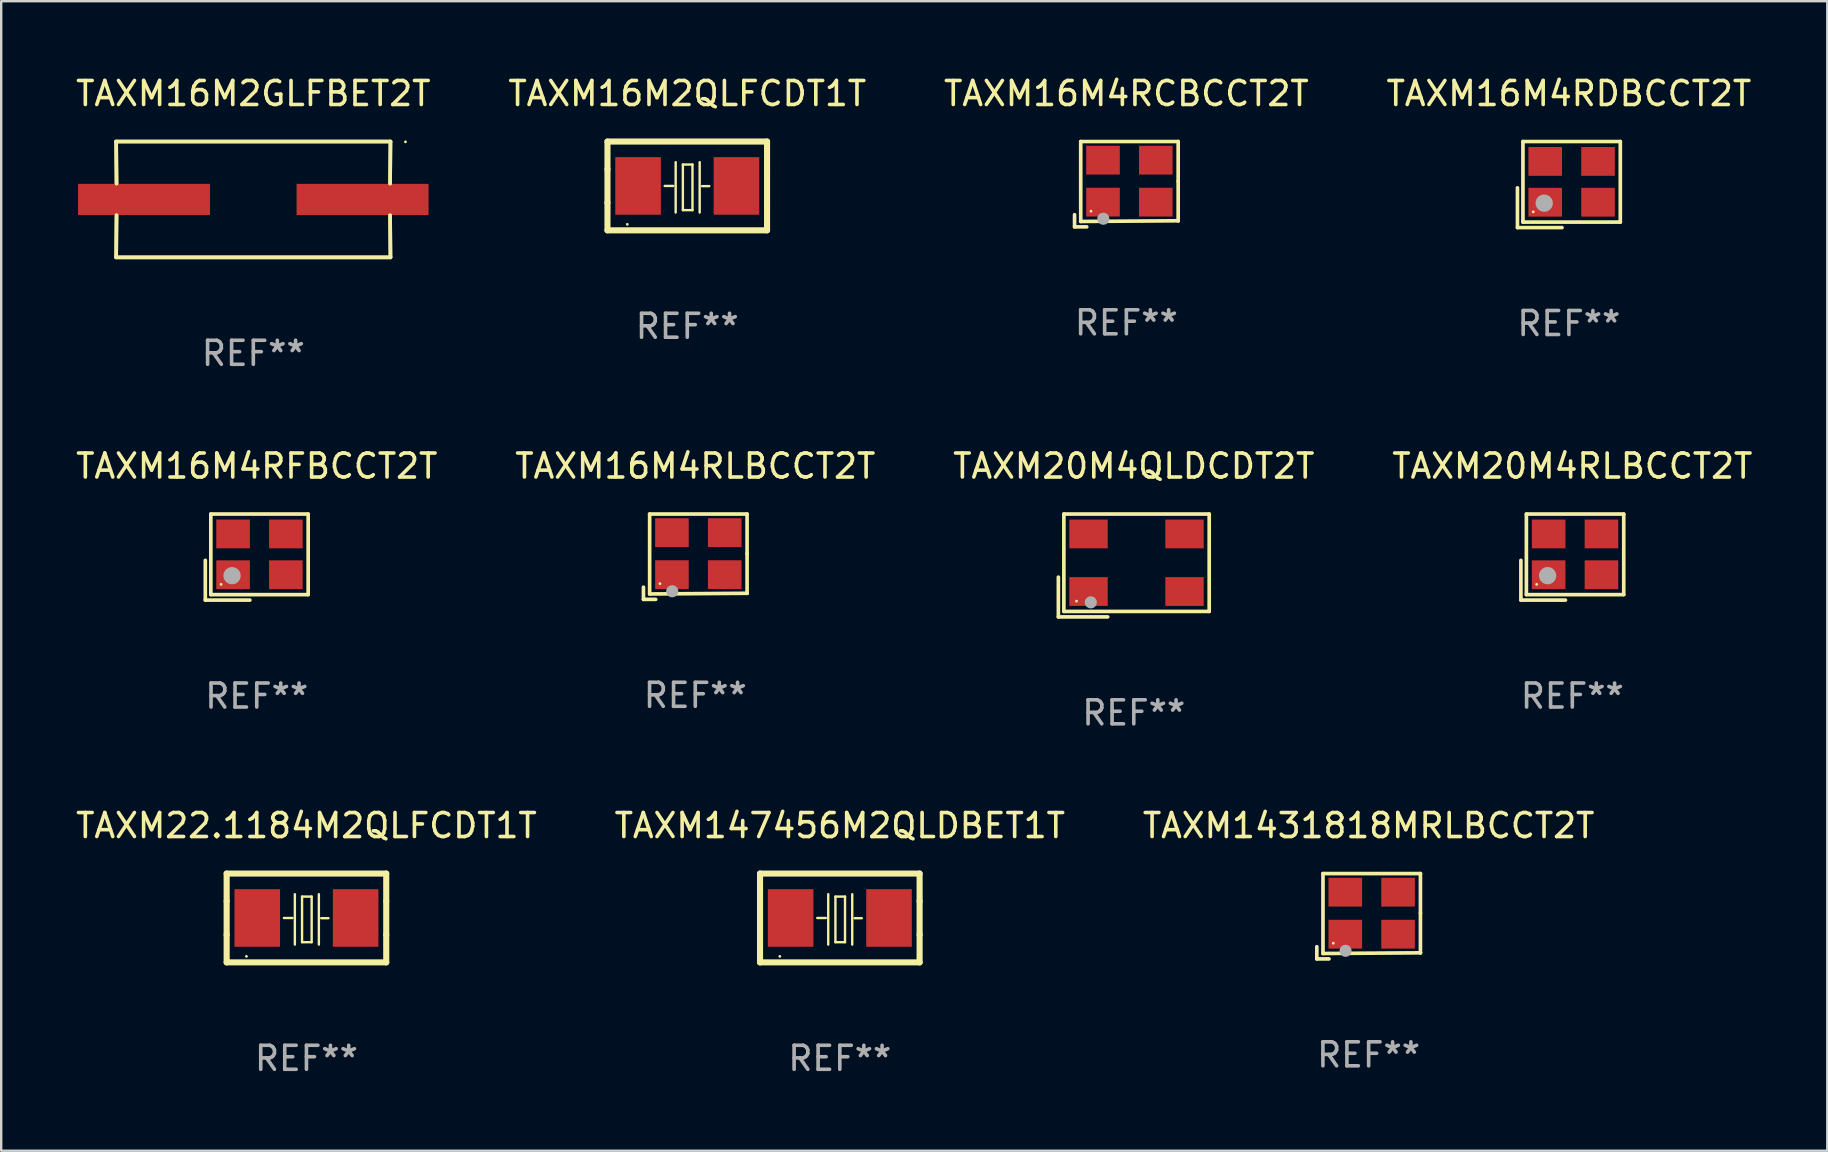
<source format=kicad_pcb>
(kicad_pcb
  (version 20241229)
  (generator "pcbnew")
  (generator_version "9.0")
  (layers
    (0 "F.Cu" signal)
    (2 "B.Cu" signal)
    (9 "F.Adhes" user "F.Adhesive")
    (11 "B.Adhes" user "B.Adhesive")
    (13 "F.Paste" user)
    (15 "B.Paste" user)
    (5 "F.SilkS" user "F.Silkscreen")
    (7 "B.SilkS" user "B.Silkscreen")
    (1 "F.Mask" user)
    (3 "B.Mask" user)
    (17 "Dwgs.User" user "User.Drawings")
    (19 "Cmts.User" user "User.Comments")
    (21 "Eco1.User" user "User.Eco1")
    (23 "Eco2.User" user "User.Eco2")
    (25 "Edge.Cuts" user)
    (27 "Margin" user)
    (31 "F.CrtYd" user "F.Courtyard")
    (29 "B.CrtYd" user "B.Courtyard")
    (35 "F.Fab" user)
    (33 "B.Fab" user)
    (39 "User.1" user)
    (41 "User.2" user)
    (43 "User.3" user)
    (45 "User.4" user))
  (footprint "TAXM1431818MRLBCCT2T"
    (layer "F.Cu")
    (at 53.982 35.131)
    (property "Reference" "TAXM1431818MRLBCCT2T" (at 0 -3.778 0) (layer "F.SilkS") (effects (font (size 1 1) (thickness 0.15))))
    (attr through_hole)
    (fp_line (start -2.159 1.27) (end -2.159 1.778) (stroke (width 0.152) (type solid)) (layer "F.SilkS"))
    (fp_line (start -2.159 1.778) (end -1.651 1.778) (stroke (width 0.152) (type solid)) (layer "F.SilkS"))
    (fp_line (start -1.902 -1.778) (end 2.159 -1.778) (stroke (width 0.152) (type solid)) (layer "F.SilkS"))
    (fp_line (start -1.902 1.552) (end -1.902 -1.778) (stroke (width 0.152) (type solid)) (layer "F.SilkS"))
    (fp_line (start 2.159 -1.778) (end 2.159 -0.127) (stroke (width 0.152) (type solid)) (layer "F.SilkS"))
    (fp_line (start 2.159 -0.127) (end 2.159 1.524) (stroke (width 0.152) (type solid)) (layer "F.SilkS"))
    (fp_line (start 2.159 1.524) (end -1.902 1.552) (stroke (width 0.152) (type solid)) (layer "F.SilkS"))
    (fp_line (start 2.159 1.524) (end 2.159 1.524) (stroke (width 0.152) (type solid)) (layer "F.SilkS"))
    (fp_circle (center -1.473 1.123) (end -1.443 1.123) (stroke (width 0.06) (type solid)) (fill no) (layer "F.SilkS"))
    (fp_circle (center -0.961 1.44) (end -0.834 1.44) (stroke (width 0.254) (type solid)) (fill no) (layer "F.Fab"))
    (fp_text user "REF**" (at 0 5.778 0) (layer "F.Fab") (effects (font (size 1 1) (thickness 0.15))))
    (pad "1" smd rect (at -0.973 0.748) (size 1.4 1.2) (layers "F.Cu" "F.Mask" "F.Paste"))
    (pad "2" smd rect (at 1.227 0.748) (size 1.4 1.2) (layers "F.Cu" "F.Mask" "F.Paste"))
    (pad "3" smd rect (at 1.227 -1.002) (size 1.4 1.2) (layers "F.Cu" "F.Mask" "F.Paste"))
    (pad "4" smd rect (at -0.973 -1.002) (size 1.4 1.2) (layers "F.Cu" "F.Mask" "F.Paste")))
  (footprint "TAXM16M4RCBCCT2T"
    (layer "F.Cu")
    (at 43.887 4.626)
    (property "Reference" "TAXM16M4RCBCCT2T" (at 0 -3.778 0) (layer "F.SilkS") (effects (font (size 1 1) (thickness 0.15))))
    (attr through_hole)
    (fp_line (start -2.159 1.27) (end -2.159 1.778) (stroke (width 0.152) (type solid)) (layer "F.SilkS"))
    (fp_line (start -2.159 1.778) (end -1.651 1.778) (stroke (width 0.152) (type solid)) (layer "F.SilkS"))
    (fp_line (start -1.902 -1.778) (end 2.159 -1.778) (stroke (width 0.152) (type solid)) (layer "F.SilkS"))
    (fp_line (start -1.902 1.552) (end -1.902 -1.778) (stroke (width 0.152) (type solid)) (layer "F.SilkS"))
    (fp_line (start 2.159 -1.778) (end 2.159 -0.127) (stroke (width 0.152) (type solid)) (layer "F.SilkS"))
    (fp_line (start 2.159 -0.127) (end 2.159 1.524) (stroke (width 0.152) (type solid)) (layer "F.SilkS"))
    (fp_line (start 2.159 1.524) (end -1.902 1.552) (stroke (width 0.152) (type solid)) (layer "F.SilkS"))
    (fp_line (start 2.159 1.524) (end 2.159 1.524) (stroke (width 0.152) (type solid)) (layer "F.SilkS"))
    (fp_circle (center -1.473 1.123) (end -1.443 1.123) (stroke (width 0.06) (type solid)) (fill no) (layer "F.SilkS"))
    (fp_circle (center -0.961 1.44) (end -0.834 1.44) (stroke (width 0.254) (type solid)) (fill no) (layer "F.Fab"))
    (fp_text user "REF**" (at 0 5.778 0) (layer "F.Fab") (effects (font (size 1 1) (thickness 0.15))))
    (pad "1" smd rect (at -0.973 0.748) (size 1.4 1.2) (layers "F.Cu" "F.Mask" "F.Paste"))
    (pad "2" smd rect (at 1.227 0.748) (size 1.4 1.2) (layers "F.Cu" "F.Mask" "F.Paste"))
    (pad "3" smd rect (at 1.227 -1.002) (size 1.4 1.2) (layers "F.Cu" "F.Mask" "F.Paste"))
    (pad "4" smd rect (at -0.973 -1.002) (size 1.4 1.2) (layers "F.Cu" "F.Mask" "F.Paste")))
  (footprint "TAXM20M4RLBCCT2T"
    (layer "F.Cu")
    (at 62.47 20.164)
    (property "Reference" "TAXM20M4RLBCCT2T" (at 0 -3.793 0) (layer "F.SilkS") (effects (font (size 1 1) (thickness 0.15))))
    (attr through_hole)
    (fp_line (start -2.143 0.136) (end -2.143 1.793) (stroke (width 0.152) (type solid)) (layer "F.SilkS"))
    (fp_line (start -2.143 1.793) (end -0.286 1.793) (stroke (width 0.152) (type solid)) (layer "F.SilkS"))
    (fp_line (start -1.914 -1.793) (end 2.143 -1.793) (stroke (width 0.152) (type solid)) (layer "F.SilkS"))
    (fp_line (start -1.914 1.564) (end -1.914 -1.793) (stroke (width 0.152) (type solid)) (layer "F.SilkS"))
    (fp_line (start 2.143 -1.793) (end 2.143 1.564) (stroke (width 0.152) (type solid)) (layer "F.SilkS"))
    (fp_line (start 2.143 1.564) (end -1.914 1.564) (stroke (width 0.152) (type solid)) (layer "F.SilkS"))
    (fp_circle (center -1.486 1.136) (end -1.456 1.136) (stroke (width 0.06) (type solid)) (fill no) (layer "F.SilkS"))
    (fp_circle (center -1.029 0.775) (end -0.849 0.775) (stroke (width 0.36) (type solid)) (fill no) (layer "F.Fab"))
    (fp_text user "REF**" (at 0 5.793 0) (layer "F.Fab") (effects (font (size 1 1) (thickness 0.15))))
    (pad "1" smd rect (at -0.986 0.736) (size 1.4 1.2) (layers "F.Cu" "F.Mask" "F.Paste"))
    (pad "2" smd rect (at 1.214 0.736) (size 1.4 1.2) (layers "F.Cu" "F.Mask" "F.Paste"))
    (pad "3" smd rect (at 1.214 -0.964) (size 1.4 1.2) (layers "F.Cu" "F.Mask" "F.Paste"))
    (pad "4" smd rect (at -0.986 -0.964) (size 1.4 1.2) (layers "F.Cu" "F.Mask" "F.Paste")))
  (footprint "TAXM147456M2QLDBET1T"
    (layer "F.Cu")
    (at 31.946 35.203)
    (property "Reference" "TAXM147456M2QLDBET1T" (at 0 -3.85 0) (layer "F.SilkS") (effects (font (size 1 1) (thickness 0.15))))
    (attr through_hole)
    (fp_line (start -3.325 0.7) (end -3.325 -0.7) (stroke (width 0.254) (type solid)) (layer "F.SilkS"))
    (fp_line (start -3.325 -1.85) (end 3.325 -1.85) (stroke (width 0.254) (type solid)) (layer "F.SilkS"))
    (fp_line (start -3.325 -0.7) (end -3.325 -1.85) (stroke (width 0.254) (type solid)) (layer "F.SilkS"))
    (fp_line (start -3.325 1.85) (end -3.325 0.7) (stroke (width 0.254) (type solid)) (layer "F.SilkS"))
    (fp_line (start -0.94 -0.000127) (end -0.584 -0.000127) (stroke (width 0.1) (type solid)) (layer "F.SilkS"))
    (fp_line (start -0.483 -0.991) (end -0.483 1.109) (stroke (width 0.1) (type solid)) (layer "F.SilkS"))
    (fp_line (start -0.183 -0.891) (end -0.183 1.009) (stroke (width 0.1) (type solid)) (layer "F.SilkS"))
    (fp_line (start -0.183 1.009) (end 0.217 1.009) (stroke (width 0.1) (type solid)) (layer "F.SilkS"))
    (fp_line (start 0.217 -0.891) (end -0.183 -0.891) (stroke (width 0.1) (type solid)) (layer "F.SilkS"))
    (fp_line (start 0.217 1.009) (end 0.217 -0.891) (stroke (width 0.1) (type solid)) (layer "F.SilkS"))
    (fp_line (start 0.517 -0.991) (end 0.517 1.109) (stroke (width 0.1) (type solid)) (layer "F.SilkS"))
    (fp_line (start 0.617 0.009) (end 0.917 0.009) (stroke (width 0.1) (type solid)) (layer "F.SilkS"))
    (fp_line (start 3.325 -1.85) (end 3.325 -0.7) (stroke (width 0.254) (type solid)) (layer "F.SilkS"))
    (fp_line (start 3.325 0.7) (end 3.325 1.85) (stroke (width 0.254) (type solid)) (layer "F.SilkS"))
    (fp_line (start 3.325 1.85) (end -3.325 1.85) (stroke (width 0.254) (type solid)) (layer "F.SilkS"))
    (fp_line (start 3.325 -0.7) (end 3.325 0.7) (stroke (width 0.254) (type solid)) (layer "F.SilkS"))
    (fp_circle (center -2.5 1.6) (end -2.47 1.6) (stroke (width 0.06) (type solid)) (fill no) (layer "F.SilkS"))
    (fp_text user "REF**" (at 0 5.85 0) (layer "F.Fab") (effects (font (size 1 1) (thickness 0.15))))
    (pad "1" smd rect (at -2.05 -0.000127) (size 1.9 2.4) (layers "F.Cu" "F.Mask" "F.Paste"))
    (pad "2" smd rect (at 2.05 -0.000127) (size 1.9 2.4) (layers "F.Cu" "F.Mask" "F.Paste")))
  (footprint "TAXM20M4QLDCDT2T"
    (layer "F.Cu")
    (at 44.196 20.514)
    (property "Reference" "TAXM20M4QLDCDT2T" (at 0 -4.143 0) (layer "F.SilkS") (effects (font (size 1 1) (thickness 0.15))))
    (attr through_hole)
    (fp_line (start -3.143 0.486) (end -3.143 2.143) (stroke (width 0.152) (type solid)) (layer "F.SilkS"))
    (fp_line (start -3.143 2.143) (end -1.086 2.143) (stroke (width 0.152) (type solid)) (layer "F.SilkS"))
    (fp_line (start -2.914 -2.143) (end 3.143 -2.143) (stroke (width 0.152) (type solid)) (layer "F.SilkS"))
    (fp_line (start -2.914 1.914) (end -2.914 -2.143) (stroke (width 0.152) (type solid)) (layer "F.SilkS"))
    (fp_line (start 3.143 -2.143) (end 3.143 1.914) (stroke (width 0.152) (type solid)) (layer "F.SilkS"))
    (fp_line (start 3.143 1.914) (end -2.914 1.914) (stroke (width 0.152) (type solid)) (layer "F.SilkS"))
    (fp_circle (center -2.386 1.486) (end -2.356 1.486) (stroke (width 0.06) (type solid)) (fill no) (layer "F.SilkS"))
    (fp_circle (center -1.791 1.537) (end -1.664 1.537) (stroke (width 0.254) (type solid)) (fill no) (layer "F.Fab"))
    (fp_text user "REF**" (at 0 6.143 0) (layer "F.Fab") (effects (font (size 1 1) (thickness 0.15))))
    (pad "1" smd rect (at -1.886 1.086) (size 1.6 1.2) (layers "F.Cu" "F.Mask" "F.Paste"))
    (pad "2" smd rect (at 2.114 1.086) (size 1.6 1.2) (layers "F.Cu" "F.Mask" "F.Paste"))
    (pad "3" smd rect (at 2.114 -1.314) (size 1.6 1.2) (layers "F.Cu" "F.Mask" "F.Paste"))
    (pad "4" smd rect (at -1.886 -1.314) (size 1.6 1.2) (layers "F.Cu" "F.Mask" "F.Paste")))
  (footprint "TAXM16M4RFBCCT2T"
    (layer "F.Cu")
    (at 7.649 20.164)
    (property "Reference" "TAXM16M4RFBCCT2T" (at 0 -3.793 0) (layer "F.SilkS") (effects (font (size 1 1) (thickness 0.15))))
    (attr through_hole)
    (fp_line (start -2.143 0.136) (end -2.143 1.793) (stroke (width 0.152) (type solid)) (layer "F.SilkS"))
    (fp_line (start -2.143 1.793) (end -0.286 1.793) (stroke (width 0.152) (type solid)) (layer "F.SilkS"))
    (fp_line (start -1.914 -1.793) (end 2.143 -1.793) (stroke (width 0.152) (type solid)) (layer "F.SilkS"))
    (fp_line (start -1.914 1.564) (end -1.914 -1.793) (stroke (width 0.152) (type solid)) (layer "F.SilkS"))
    (fp_line (start 2.143 -1.793) (end 2.143 1.564) (stroke (width 0.152) (type solid)) (layer "F.SilkS"))
    (fp_line (start 2.143 1.564) (end -1.914 1.564) (stroke (width 0.152) (type solid)) (layer "F.SilkS"))
    (fp_circle (center -1.486 1.136) (end -1.456 1.136) (stroke (width 0.06) (type solid)) (fill no) (layer "F.SilkS"))
    (fp_circle (center -1.029 0.775) (end -0.849 0.775) (stroke (width 0.36) (type solid)) (fill no) (layer "F.Fab"))
    (fp_text user "REF**" (at 0 5.793 0) (layer "F.Fab") (effects (font (size 1 1) (thickness 0.15))))
    (pad "1" smd rect (at -0.986 0.736) (size 1.4 1.2) (layers "F.Cu" "F.Mask" "F.Paste"))
    (pad "2" smd rect (at 1.214 0.736) (size 1.4 1.2) (layers "F.Cu" "F.Mask" "F.Paste"))
    (pad "3" smd rect (at 1.214 -0.964) (size 1.4 1.2) (layers "F.Cu" "F.Mask" "F.Paste"))
    (pad "4" smd rect (at -0.986 -0.964) (size 1.4 1.2) (layers "F.Cu" "F.Mask" "F.Paste")))
  (footprint "TAXM16M2QLFCDT1T"
    (layer "F.Cu")
    (at 25.589 4.698)
    (property "Reference" "TAXM16M2QLFCDT1T" (at 0 -3.85 0) (layer "F.SilkS") (effects (font (size 1 1) (thickness 0.15))))
    (attr through_hole)
    (fp_line (start -3.325 0.7) (end -3.325 -0.7) (stroke (width 0.254) (type solid)) (layer "F.SilkS"))
    (fp_line (start -3.325 -1.85) (end 3.325 -1.85) (stroke (width 0.254) (type solid)) (layer "F.SilkS"))
    (fp_line (start -3.325 -0.7) (end -3.325 -1.85) (stroke (width 0.254) (type solid)) (layer "F.SilkS"))
    (fp_line (start -3.325 1.85) (end -3.325 0.7) (stroke (width 0.254) (type solid)) (layer "F.SilkS"))
    (fp_line (start -0.94 -0.000127) (end -0.584 -0.000127) (stroke (width 0.1) (type solid)) (layer "F.SilkS"))
    (fp_line (start -0.483 -0.991) (end -0.483 1.109) (stroke (width 0.1) (type solid)) (layer "F.SilkS"))
    (fp_line (start -0.183 -0.891) (end -0.183 1.009) (stroke (width 0.1) (type solid)) (layer "F.SilkS"))
    (fp_line (start -0.183 1.009) (end 0.217 1.009) (stroke (width 0.1) (type solid)) (layer "F.SilkS"))
    (fp_line (start 0.217 -0.891) (end -0.183 -0.891) (stroke (width 0.1) (type solid)) (layer "F.SilkS"))
    (fp_line (start 0.217 1.009) (end 0.217 -0.891) (stroke (width 0.1) (type solid)) (layer "F.SilkS"))
    (fp_line (start 0.517 -0.991) (end 0.517 1.109) (stroke (width 0.1) (type solid)) (layer "F.SilkS"))
    (fp_line (start 0.617 0.009) (end 0.917 0.009) (stroke (width 0.1) (type solid)) (layer "F.SilkS"))
    (fp_line (start 3.325 -1.85) (end 3.325 -0.7) (stroke (width 0.254) (type solid)) (layer "F.SilkS"))
    (fp_line (start 3.325 0.7) (end 3.325 1.85) (stroke (width 0.254) (type solid)) (layer "F.SilkS"))
    (fp_line (start 3.325 1.85) (end -3.325 1.85) (stroke (width 0.254) (type solid)) (layer "F.SilkS"))
    (fp_line (start 3.325 -0.7) (end 3.325 0.7) (stroke (width 0.254) (type solid)) (layer "F.SilkS"))
    (fp_circle (center -2.5 1.6) (end -2.47 1.6) (stroke (width 0.06) (type solid)) (fill no) (layer "F.SilkS"))
    (fp_text user "REF**" (at 0 5.85 0) (layer "F.Fab") (effects (font (size 1 1) (thickness 0.15))))
    (pad "1" smd rect (at -2.05 -0.000127) (size 1.9 2.4) (layers "F.Cu" "F.Mask" "F.Paste"))
    (pad "2" smd rect (at 2.05 -0.000127) (size 1.9 2.4) (layers "F.Cu" "F.Mask" "F.Paste")))
  (footprint "TAXM16M4RLBCCT2T"
    (layer "F.Cu")
    (at 25.923 20.149)
    (property "Reference" "TAXM16M4RLBCCT2T" (at 0 -3.778 0) (layer "F.SilkS") (effects (font (size 1 1) (thickness 0.15))))
    (attr through_hole)
    (fp_line (start -2.159 1.27) (end -2.159 1.778) (stroke (width 0.152) (type solid)) (layer "F.SilkS"))
    (fp_line (start -2.159 1.778) (end -1.651 1.778) (stroke (width 0.152) (type solid)) (layer "F.SilkS"))
    (fp_line (start -1.902 -1.778) (end 2.159 -1.778) (stroke (width 0.152) (type solid)) (layer "F.SilkS"))
    (fp_line (start -1.902 1.552) (end -1.902 -1.778) (stroke (width 0.152) (type solid)) (layer "F.SilkS"))
    (fp_line (start 2.159 -1.778) (end 2.159 -0.127) (stroke (width 0.152) (type solid)) (layer "F.SilkS"))
    (fp_line (start 2.159 -0.127) (end 2.159 1.524) (stroke (width 0.152) (type solid)) (layer "F.SilkS"))
    (fp_line (start 2.159 1.524) (end -1.902 1.552) (stroke (width 0.152) (type solid)) (layer "F.SilkS"))
    (fp_line (start 2.159 1.524) (end 2.159 1.524) (stroke (width 0.152) (type solid)) (layer "F.SilkS"))
    (fp_circle (center -1.473 1.123) (end -1.443 1.123) (stroke (width 0.06) (type solid)) (fill no) (layer "F.SilkS"))
    (fp_circle (center -0.961 1.44) (end -0.834 1.44) (stroke (width 0.254) (type solid)) (fill no) (layer "F.Fab"))
    (fp_text user "REF**" (at 0 5.778 0) (layer "F.Fab") (effects (font (size 1 1) (thickness 0.15))))
    (pad "1" smd rect (at -0.973 0.748) (size 1.4 1.2) (layers "F.Cu" "F.Mask" "F.Paste"))
    (pad "2" smd rect (at 1.227 0.748) (size 1.4 1.2) (layers "F.Cu" "F.Mask" "F.Paste"))
    (pad "3" smd rect (at 1.227 -1.002) (size 1.4 1.2) (layers "F.Cu" "F.Mask" "F.Paste"))
    (pad "4" smd rect (at -0.973 -1.002) (size 1.4 1.2) (layers "F.Cu" "F.Mask" "F.Paste")))
  (footprint "TAXM16M2GLFBET2T"
    (layer "F.Cu")
    (at 7.506 5.261)
    (property "Reference" "TAXM16M2GLFBET2T" (at 0 -4.413 0) (layer "F.SilkS") (effects (font (size 1 1) (thickness 0.15))))
    (attr through_hole)
    (fp_line (start -5.715 -2.413) (end -5.7 -0.662) (stroke (width 0.152) (type solid)) (layer "F.SilkS"))
    (fp_line (start -5.715 -2.413) (end -5.7 -0.662) (stroke (width 0.152) (type solid)) (layer "F.SilkS"))
    (fp_line (start -5.715 2.413) (end 5.715 2.413) (stroke (width 0.152) (type solid)) (layer "F.SilkS"))
    (fp_line (start -5.715 2.413) (end 5.715 2.413) (stroke (width 0.152) (type solid)) (layer "F.SilkS"))
    (fp_line (start -5.7 0.662) (end -5.715 2.413) (stroke (width 0.152) (type solid)) (layer "F.SilkS"))
    (fp_line (start -5.7 0.662) (end -5.715 2.413) (stroke (width 0.152) (type solid)) (layer "F.SilkS"))
    (fp_line (start 5.7 -0.662) (end 5.715 -2.413) (stroke (width 0.152) (type solid)) (layer "F.SilkS"))
    (fp_line (start 5.7 -0.662) (end 5.715 -2.413) (stroke (width 0.152) (type solid)) (layer "F.SilkS"))
    (fp_line (start 5.715 -2.413) (end -5.715 -2.413) (stroke (width 0.152) (type solid)) (layer "F.SilkS"))
    (fp_line (start 5.715 -2.413) (end -5.715 -2.413) (stroke (width 0.152) (type solid)) (layer "F.SilkS"))
    (fp_line (start 5.715 2.413) (end 5.7 0.662) (stroke (width 0.152) (type solid)) (layer "F.SilkS"))
    (fp_line (start 5.715 2.413) (end 5.7 0.662) (stroke (width 0.152) (type solid)) (layer "F.SilkS"))
    (fp_circle (center 6.34 -2.4) (end 6.37 -2.4) (stroke (width 0.06) (type solid)) (fill no) (layer "F.SilkS"))
    (fp_text user "REF**" (at 0 6.413 0) (layer "F.Fab") (effects (font (size 1 1) (thickness 0.15))))
    (pad "1" smd rect (at 4.553 0) (size 5.5 1.3) (layers "F.Cu" "F.Mask" "F.Paste"))
    (pad "2" smd rect (at -4.553 0) (size 5.5 1.3) (layers "F.Cu" "F.Mask" "F.Paste")))
  (footprint "TAXM22.1184M2QLFCDT1T"
    (layer "F.Cu")
    (at 9.72 35.203)
    (property "Reference" "TAXM22.1184M2QLFCDT1T" (at 0 -3.85 0) (layer "F.SilkS") (effects (font (size 1 1) (thickness 0.15))))
    (attr through_hole)
    (fp_line (start -3.325 0.7) (end -3.325 -0.7) (stroke (width 0.254) (type solid)) (layer "F.SilkS"))
    (fp_line (start -3.325 -1.85) (end 3.325 -1.85) (stroke (width 0.254) (type solid)) (layer "F.SilkS"))
    (fp_line (start -3.325 -0.7) (end -3.325 -1.85) (stroke (width 0.254) (type solid)) (layer "F.SilkS"))
    (fp_line (start -3.325 1.85) (end -3.325 0.7) (stroke (width 0.254) (type solid)) (layer "F.SilkS"))
    (fp_line (start -0.94 -0.000127) (end -0.584 -0.000127) (stroke (width 0.1) (type solid)) (layer "F.SilkS"))
    (fp_line (start -0.483 -0.991) (end -0.483 1.109) (stroke (width 0.1) (type solid)) (layer "F.SilkS"))
    (fp_line (start -0.183 -0.891) (end -0.183 1.009) (stroke (width 0.1) (type solid)) (layer "F.SilkS"))
    (fp_line (start -0.183 1.009) (end 0.217 1.009) (stroke (width 0.1) (type solid)) (layer "F.SilkS"))
    (fp_line (start 0.217 -0.891) (end -0.183 -0.891) (stroke (width 0.1) (type solid)) (layer "F.SilkS"))
    (fp_line (start 0.217 1.009) (end 0.217 -0.891) (stroke (width 0.1) (type solid)) (layer "F.SilkS"))
    (fp_line (start 0.517 -0.991) (end 0.517 1.109) (stroke (width 0.1) (type solid)) (layer "F.SilkS"))
    (fp_line (start 0.617 0.009) (end 0.917 0.009) (stroke (width 0.1) (type solid)) (layer "F.SilkS"))
    (fp_line (start 3.325 -1.85) (end 3.325 -0.7) (stroke (width 0.254) (type solid)) (layer "F.SilkS"))
    (fp_line (start 3.325 0.7) (end 3.325 1.85) (stroke (width 0.254) (type solid)) (layer "F.SilkS"))
    (fp_line (start 3.325 1.85) (end -3.325 1.85) (stroke (width 0.254) (type solid)) (layer "F.SilkS"))
    (fp_line (start 3.325 -0.7) (end 3.325 0.7) (stroke (width 0.254) (type solid)) (layer "F.SilkS"))
    (fp_circle (center -2.5 1.6) (end -2.47 1.6) (stroke (width 0.06) (type solid)) (fill no) (layer "F.SilkS"))
    (fp_text user "REF**" (at 0 5.85 0) (layer "F.Fab") (effects (font (size 1 1) (thickness 0.15))))
    (pad "1" smd rect (at -2.05 -0.000127) (size 1.9 2.4) (layers "F.Cu" "F.Mask" "F.Paste"))
    (pad "2" smd rect (at 2.05 -0.000127) (size 1.9 2.4) (layers "F.Cu" "F.Mask" "F.Paste")))
  (footprint "TAXM16M4RDBCCT2T"
    (layer "F.Cu")
    (at 62.327 4.641)
    (property "Reference" "TAXM16M4RDBCCT2T" (at 0 -3.793 0) (layer "F.SilkS") (effects (font (size 1 1) (thickness 0.15))))
    (attr through_hole)
    (fp_line (start -2.143 0.136) (end -2.143 1.793) (stroke (width 0.152) (type solid)) (layer "F.SilkS"))
    (fp_line (start -2.143 1.793) (end -0.286 1.793) (stroke (width 0.152) (type solid)) (layer "F.SilkS"))
    (fp_line (start -1.914 -1.793) (end 2.143 -1.793) (stroke (width 0.152) (type solid)) (layer "F.SilkS"))
    (fp_line (start -1.914 1.564) (end -1.914 -1.793) (stroke (width 0.152) (type solid)) (layer "F.SilkS"))
    (fp_line (start 2.143 -1.793) (end 2.143 1.564) (stroke (width 0.152) (type solid)) (layer "F.SilkS"))
    (fp_line (start 2.143 1.564) (end -1.914 1.564) (stroke (width 0.152) (type solid)) (layer "F.SilkS"))
    (fp_circle (center -1.486 1.136) (end -1.456 1.136) (stroke (width 0.06) (type solid)) (fill no) (layer "F.SilkS"))
    (fp_circle (center -1.029 0.775) (end -0.849 0.775) (stroke (width 0.36) (type solid)) (fill no) (layer "F.Fab"))
    (fp_text user "REF**" (at 0 5.793 0) (layer "F.Fab") (effects (font (size 1 1) (thickness 0.15))))
    (pad "1" smd rect (at -0.986 0.736) (size 1.4 1.2) (layers "F.Cu" "F.Mask" "F.Paste"))
    (pad "2" smd rect (at 1.214 0.736) (size 1.4 1.2) (layers "F.Cu" "F.Mask" "F.Paste"))
    (pad "3" smd rect (at 1.214 -0.964) (size 1.4 1.2) (layers "F.Cu" "F.Mask" "F.Paste"))
    (pad "4" smd rect (at -0.986 -0.964) (size 1.4 1.2) (layers "F.Cu" "F.Mask" "F.Paste")))
  (gr_rect
    (start -3 -3)
    (end 73.095 44.901)
    (stroke (width 0.1) (type default))
    (fill no)
    (layer "Edge.Cuts")))
</source>
